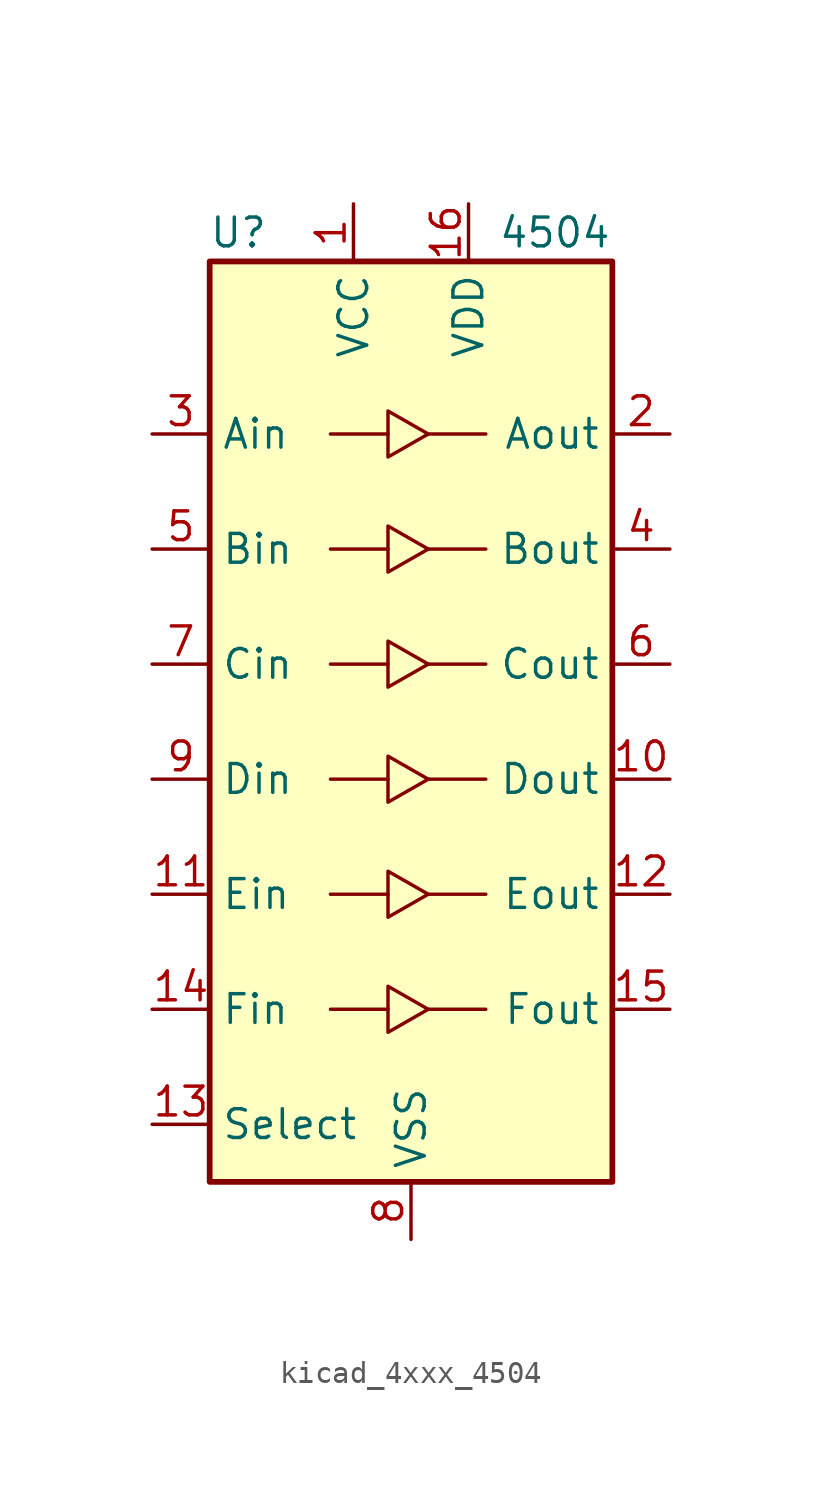
<source format=kicad_sym>
(kicad_symbol_lib
  (version 20220914)
  (generator kicad_symbol_editor)
  (symbol "kicad_4xxx_4504"
    (property "Reference" "U"
      (at -7.62 21.59 0)
      (effects (font (size 1.27 1.27))))
    (property "Value" "4504"
      (at 6.35 21.59 0)
      (effects (font (size 1.27 1.27))))
    (symbol "kicad_4xxx_4504_0_1"
      (polyline (pts (xy -3.556 -12.7) (xy -1.016 -12.7)) (stroke (width 0) (type default)) (fill (type none)))
      (polyline (pts (xy -3.556 -7.62) (xy -1.016 -7.62)) (stroke (width 0) (type default)) (fill (type none)))
      (polyline (pts (xy -3.556 -2.54) (xy -1.016 -2.54)) (stroke (width 0) (type default)) (fill (type none)))
      (polyline (pts (xy -3.556 2.54) (xy -1.016 2.54)) (stroke (width 0) (type default)) (fill (type none)))
      (polyline (pts (xy -3.556 7.62) (xy -1.016 7.62)) (stroke (width 0) (type default)) (fill (type none)))
      (polyline (pts (xy -3.556 12.7) (xy -1.016 12.7)) (stroke (width 0) (type default)) (fill (type none)))
      (polyline (pts (xy 0.762 -12.7) (xy 3.302 -12.7)) (stroke (width 0) (type default)) (fill (type none)))
      (polyline (pts (xy 0.762 -7.62) (xy 3.302 -7.62)) (stroke (width 0) (type default)) (fill (type none)))
      (polyline (pts (xy 0.762 -2.54) (xy 3.302 -2.54)) (stroke (width 0) (type default)) (fill (type none)))
      (polyline (pts (xy 0.762 2.54) (xy 3.302 2.54)) (stroke (width 0) (type default)) (fill (type none)))
      (polyline (pts (xy 0.762 7.62) (xy 3.302 7.62)) (stroke (width 0) (type default)) (fill (type none)))
      (polyline (pts (xy 0.762 12.7) (xy 3.302 12.7)) (stroke (width 0) (type default)) (fill (type none))))
    (symbol "kicad_4xxx_4504_1_1"
      (rectangle (start -8.89 20.32) (end 8.89 -20.32) (stroke (width 0.254) (type default)) (fill (type background)))
      (polyline (pts (xy 0.762 -12.7) (xy -1.016 -13.716) (xy -1.016 -11.684) (xy 0.762 -12.7)) (stroke (width 0) (type default)) (fill (type none)))
      (polyline (pts (xy 0.762 -7.62) (xy -1.016 -8.636) (xy -1.016 -6.604) (xy 0.762 -7.62)) (stroke (width 0) (type default)) (fill (type none)))
      (polyline (pts (xy 0.762 -2.54) (xy -1.016 -3.556) (xy -1.016 -1.524) (xy 0.762 -2.54)) (stroke (width 0) (type default)) (fill (type none)))
      (polyline (pts (xy 0.762 2.54) (xy -1.016 1.524) (xy -1.016 3.556) (xy 0.762 2.54)) (stroke (width 0) (type default)) (fill (type none)))
      (polyline (pts (xy 0.762 7.62) (xy -1.016 6.604) (xy -1.016 8.636) (xy 0.762 7.62)) (stroke (width 0) (type default)) (fill (type none)))
      (polyline (pts (xy 0.762 12.7) (xy -1.016 11.684) (xy -1.016 13.716) (xy 0.762 12.7)) (stroke (width 0) (type default)) (fill (type none)))
      (pin power_in line (at -2.54 22.86 270) (length 2.54) (name "VCC" (effects (font (size 1.27 1.27)))) (number "1" (effects (font (size 1.27 1.27)))))
      (pin output line (at 11.43 -2.54 180) (length 2.54) (name "Dout" (effects (font (size 1.27 1.27)))) (number "10" (effects (font (size 1.27 1.27)))))
      (pin input line (at -11.43 -7.62 0) (length 2.54) (name "Ein" (effects (font (size 1.27 1.27)))) (number "11" (effects (font (size 1.27 1.27)))))
      (pin output line (at 11.43 -7.62 180) (length 2.54) (name "Eout" (effects (font (size 1.27 1.27)))) (number "12" (effects (font (size 1.27 1.27)))))
      (pin input line (at -11.43 -17.78 0) (length 2.54) (name "Select" (effects (font (size 1.27 1.27)))) (number "13" (effects (font (size 1.27 1.27)))))
      (pin input line (at -11.43 -12.7 0) (length 2.54) (name "Fin" (effects (font (size 1.27 1.27)))) (number "14" (effects (font (size 1.27 1.27)))))
      (pin output line (at 11.43 -12.7 180) (length 2.54) (name "Fout" (effects (font (size 1.27 1.27)))) (number "15" (effects (font (size 1.27 1.27)))))
      (pin power_in line (at 2.54 22.86 270) (length 2.54) (name "VDD" (effects (font (size 1.27 1.27)))) (number "16" (effects (font (size 1.27 1.27)))))
      (pin output line (at 11.43 12.7 180) (length 2.54) (name "Aout" (effects (font (size 1.27 1.27)))) (number "2" (effects (font (size 1.27 1.27)))))
      (pin input line (at -11.43 12.7 0) (length 2.54) (name "Ain" (effects (font (size 1.27 1.27)))) (number "3" (effects (font (size 1.27 1.27)))))
      (pin output line (at 11.43 7.62 180) (length 2.54) (name "Bout" (effects (font (size 1.27 1.27)))) (number "4" (effects (font (size 1.27 1.27)))))
      (pin input line (at -11.43 7.62 0) (length 2.54) (name "Bin" (effects (font (size 1.27 1.27)))) (number "5" (effects (font (size 1.27 1.27)))))
      (pin output line (at 11.43 2.54 180) (length 2.54) (name "Cout" (effects (font (size 1.27 1.27)))) (number "6" (effects (font (size 1.27 1.27)))))
      (pin input line (at -11.43 2.54 0) (length 2.54) (name "Cin" (effects (font (size 1.27 1.27)))) (number "7" (effects (font (size 1.27 1.27)))))
      (pin power_in line (at 0 -22.86 90) (length 2.54) (name "VSS" (effects (font (size 1.27 1.27)))) (number "8" (effects (font (size 1.27 1.27)))))
      (pin input line (at -11.43 -2.54 0) (length 2.54) (name "Din" (effects (font (size 1.27 1.27)))) (number "9" (effects (font (size 1.27 1.27))))))))
</source>
